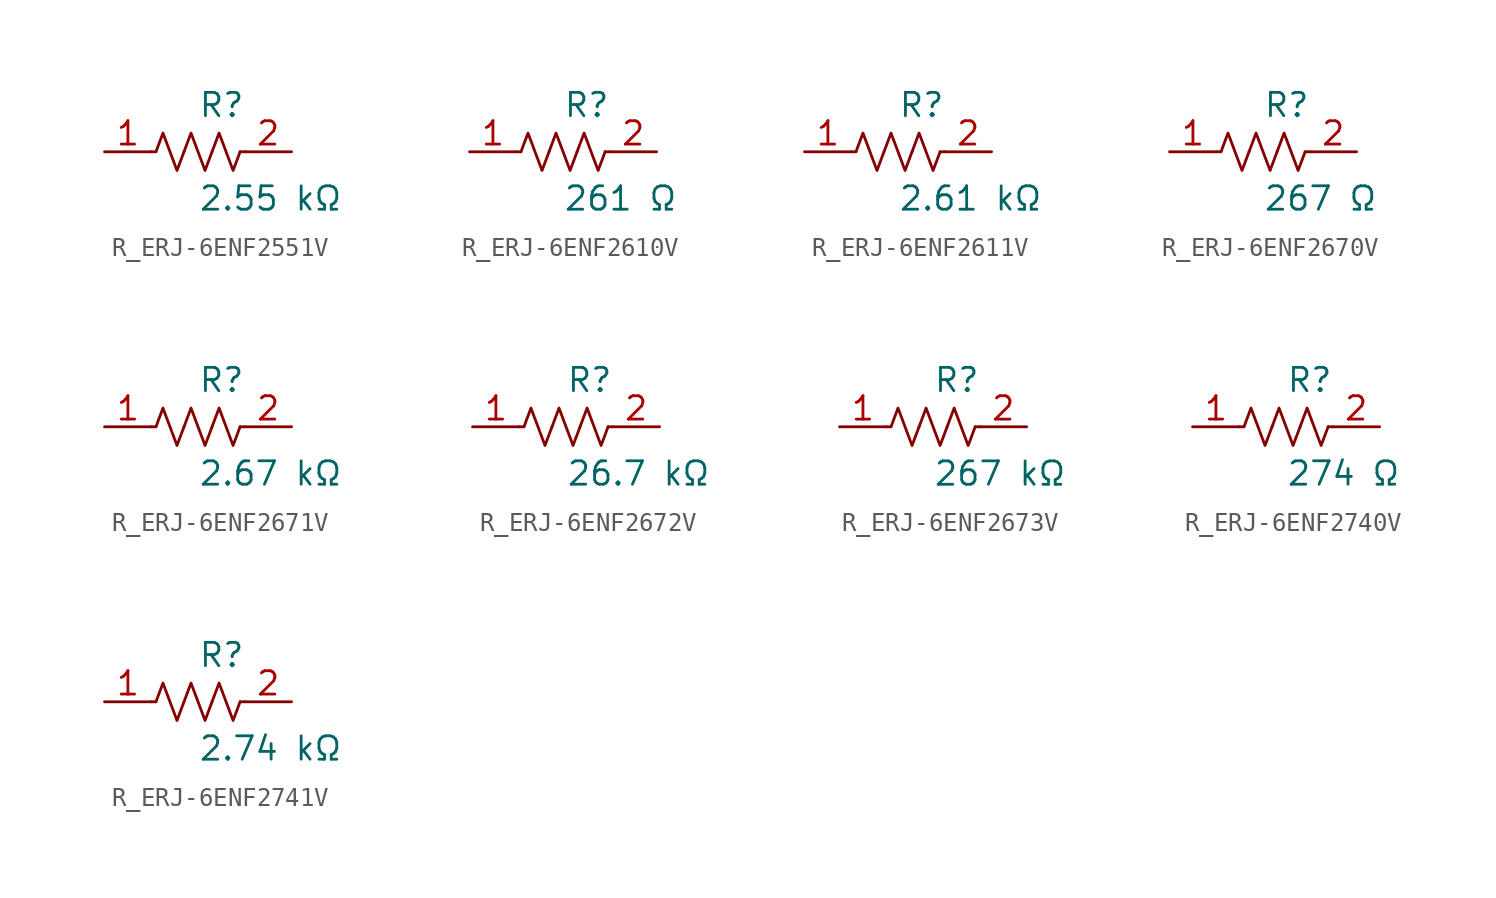
<source format=kicad_sym>
(kicad_symbol_lib
  (version 20231120)
  (generator kicad_symbol_editor)
  (generator_version 8.0)
  (symbol "R_ERJ-6ENF2551V"
    (pin_names
      (offset 0.254))
    (property "Reference" "R"
      (at 0.0 2.54 0)
      (effects (font (size 1.27 1.27)) (justify left)))
    (property "Value" "2.55 kΩ"
      (at 0.0 -2.54 0)
      (effects (font (size 1.27 1.27)) (justify left)))
    (symbol "R_ERJ-6ENF2551V_0_1"
      (polyline (pts (xy 2.286 0) (xy 2.54 0)) (stroke (width 0) (type default)) (fill (type none)))
      (polyline (pts (xy -2.286 0) (xy -2.54 0)) (stroke (width 0) (type default)) (fill (type none)))
      (polyline (pts (xy 0.762 0) (xy 1.143 1.016) (xy 1.524 0) (xy 1.905 -1.016) (xy 2.286 0)) (stroke (width 0) (type default)) (fill (type none)))
      (polyline (pts (xy -0.762 0) (xy -0.381 1.016) (xy 0 0) (xy 0.381 -1.016) (xy 0.762 0)) (stroke (width 0) (type default)) (fill (type none)))
      (polyline (pts (xy -2.286 0) (xy -1.905 1.016) (xy -1.524 0) (xy -1.143 -1.016) (xy -0.762 0)) (stroke (width 0) (type default)) (fill (type none))))
    (pin unspecified line
      (at -5.08 0 0)
      (length 2.54)
      (name "" (effects (font (size 1.27 1.27))))
      (number "1" (effects (font (size 1.27 1.27)))))
    (pin unspecified line
      (at 5.08 0 180)
      (length 2.54)
      (name "" (effects (font (size 1.27 1.27))))
      (number "2" (effects (font (size 1.27 1.27))))))
  (symbol "R_ERJ-6ENF2610V"
    (pin_names
      (offset 0.254))
    (property "Reference" "R"
      (at 0.0 2.54 0)
      (effects (font (size 1.27 1.27)) (justify left)))
    (property "Value" "261 Ω"
      (at 0.0 -2.54 0)
      (effects (font (size 1.27 1.27)) (justify left)))
    (symbol "R_ERJ-6ENF2610V_0_1"
      (polyline (pts (xy 2.286 0) (xy 2.54 0)) (stroke (width 0) (type default)) (fill (type none)))
      (polyline (pts (xy -2.286 0) (xy -2.54 0)) (stroke (width 0) (type default)) (fill (type none)))
      (polyline (pts (xy 0.762 0) (xy 1.143 1.016) (xy 1.524 0) (xy 1.905 -1.016) (xy 2.286 0)) (stroke (width 0) (type default)) (fill (type none)))
      (polyline (pts (xy -0.762 0) (xy -0.381 1.016) (xy 0 0) (xy 0.381 -1.016) (xy 0.762 0)) (stroke (width 0) (type default)) (fill (type none)))
      (polyline (pts (xy -2.286 0) (xy -1.905 1.016) (xy -1.524 0) (xy -1.143 -1.016) (xy -0.762 0)) (stroke (width 0) (type default)) (fill (type none))))
    (pin unspecified line
      (at -5.08 0 0)
      (length 2.54)
      (name "" (effects (font (size 1.27 1.27))))
      (number "1" (effects (font (size 1.27 1.27)))))
    (pin unspecified line
      (at 5.08 0 180)
      (length 2.54)
      (name "" (effects (font (size 1.27 1.27))))
      (number "2" (effects (font (size 1.27 1.27))))))
  (symbol "R_ERJ-6ENF2611V"
    (pin_names
      (offset 0.254))
    (property "Reference" "R"
      (at 0.0 2.54 0)
      (effects (font (size 1.27 1.27)) (justify left)))
    (property "Value" "2.61 kΩ"
      (at 0.0 -2.54 0)
      (effects (font (size 1.27 1.27)) (justify left)))
    (symbol "R_ERJ-6ENF2611V_0_1"
      (polyline (pts (xy 2.286 0) (xy 2.54 0)) (stroke (width 0) (type default)) (fill (type none)))
      (polyline (pts (xy -2.286 0) (xy -2.54 0)) (stroke (width 0) (type default)) (fill (type none)))
      (polyline (pts (xy 0.762 0) (xy 1.143 1.016) (xy 1.524 0) (xy 1.905 -1.016) (xy 2.286 0)) (stroke (width 0) (type default)) (fill (type none)))
      (polyline (pts (xy -0.762 0) (xy -0.381 1.016) (xy 0 0) (xy 0.381 -1.016) (xy 0.762 0)) (stroke (width 0) (type default)) (fill (type none)))
      (polyline (pts (xy -2.286 0) (xy -1.905 1.016) (xy -1.524 0) (xy -1.143 -1.016) (xy -0.762 0)) (stroke (width 0) (type default)) (fill (type none))))
    (pin unspecified line
      (at -5.08 0 0)
      (length 2.54)
      (name "" (effects (font (size 1.27 1.27))))
      (number "1" (effects (font (size 1.27 1.27)))))
    (pin unspecified line
      (at 5.08 0 180)
      (length 2.54)
      (name "" (effects (font (size 1.27 1.27))))
      (number "2" (effects (font (size 1.27 1.27))))))
  (symbol "R_ERJ-6ENF2670V"
    (pin_names
      (offset 0.254))
    (property "Reference" "R"
      (at 0.0 2.54 0)
      (effects (font (size 1.27 1.27)) (justify left)))
    (property "Value" "267 Ω"
      (at 0.0 -2.54 0)
      (effects (font (size 1.27 1.27)) (justify left)))
    (symbol "R_ERJ-6ENF2670V_0_1"
      (polyline (pts (xy 2.286 0) (xy 2.54 0)) (stroke (width 0) (type default)) (fill (type none)))
      (polyline (pts (xy -2.286 0) (xy -2.54 0)) (stroke (width 0) (type default)) (fill (type none)))
      (polyline (pts (xy 0.762 0) (xy 1.143 1.016) (xy 1.524 0) (xy 1.905 -1.016) (xy 2.286 0)) (stroke (width 0) (type default)) (fill (type none)))
      (polyline (pts (xy -0.762 0) (xy -0.381 1.016) (xy 0 0) (xy 0.381 -1.016) (xy 0.762 0)) (stroke (width 0) (type default)) (fill (type none)))
      (polyline (pts (xy -2.286 0) (xy -1.905 1.016) (xy -1.524 0) (xy -1.143 -1.016) (xy -0.762 0)) (stroke (width 0) (type default)) (fill (type none))))
    (pin unspecified line
      (at -5.08 0 0)
      (length 2.54)
      (name "" (effects (font (size 1.27 1.27))))
      (number "1" (effects (font (size 1.27 1.27)))))
    (pin unspecified line
      (at 5.08 0 180)
      (length 2.54)
      (name "" (effects (font (size 1.27 1.27))))
      (number "2" (effects (font (size 1.27 1.27))))))
  (symbol "R_ERJ-6ENF2671V"
    (pin_names
      (offset 0.254))
    (property "Reference" "R"
      (at 0.0 2.54 0)
      (effects (font (size 1.27 1.27)) (justify left)))
    (property "Value" "2.67 kΩ"
      (at 0.0 -2.54 0)
      (effects (font (size 1.27 1.27)) (justify left)))
    (symbol "R_ERJ-6ENF2671V_0_1"
      (polyline (pts (xy 2.286 0) (xy 2.54 0)) (stroke (width 0) (type default)) (fill (type none)))
      (polyline (pts (xy -2.286 0) (xy -2.54 0)) (stroke (width 0) (type default)) (fill (type none)))
      (polyline (pts (xy 0.762 0) (xy 1.143 1.016) (xy 1.524 0) (xy 1.905 -1.016) (xy 2.286 0)) (stroke (width 0) (type default)) (fill (type none)))
      (polyline (pts (xy -0.762 0) (xy -0.381 1.016) (xy 0 0) (xy 0.381 -1.016) (xy 0.762 0)) (stroke (width 0) (type default)) (fill (type none)))
      (polyline (pts (xy -2.286 0) (xy -1.905 1.016) (xy -1.524 0) (xy -1.143 -1.016) (xy -0.762 0)) (stroke (width 0) (type default)) (fill (type none))))
    (pin unspecified line
      (at -5.08 0 0)
      (length 2.54)
      (name "" (effects (font (size 1.27 1.27))))
      (number "1" (effects (font (size 1.27 1.27)))))
    (pin unspecified line
      (at 5.08 0 180)
      (length 2.54)
      (name "" (effects (font (size 1.27 1.27))))
      (number "2" (effects (font (size 1.27 1.27))))))
  (symbol "R_ERJ-6ENF2672V"
    (pin_names
      (offset 0.254))
    (property "Reference" "R"
      (at 0.0 2.54 0)
      (effects (font (size 1.27 1.27)) (justify left)))
    (property "Value" "26.7 kΩ"
      (at 0.0 -2.54 0)
      (effects (font (size 1.27 1.27)) (justify left)))
    (symbol "R_ERJ-6ENF2672V_0_1"
      (polyline (pts (xy 2.286 0) (xy 2.54 0)) (stroke (width 0) (type default)) (fill (type none)))
      (polyline (pts (xy -2.286 0) (xy -2.54 0)) (stroke (width 0) (type default)) (fill (type none)))
      (polyline (pts (xy 0.762 0) (xy 1.143 1.016) (xy 1.524 0) (xy 1.905 -1.016) (xy 2.286 0)) (stroke (width 0) (type default)) (fill (type none)))
      (polyline (pts (xy -0.762 0) (xy -0.381 1.016) (xy 0 0) (xy 0.381 -1.016) (xy 0.762 0)) (stroke (width 0) (type default)) (fill (type none)))
      (polyline (pts (xy -2.286 0) (xy -1.905 1.016) (xy -1.524 0) (xy -1.143 -1.016) (xy -0.762 0)) (stroke (width 0) (type default)) (fill (type none))))
    (pin unspecified line
      (at -5.08 0 0)
      (length 2.54)
      (name "" (effects (font (size 1.27 1.27))))
      (number "1" (effects (font (size 1.27 1.27)))))
    (pin unspecified line
      (at 5.08 0 180)
      (length 2.54)
      (name "" (effects (font (size 1.27 1.27))))
      (number "2" (effects (font (size 1.27 1.27))))))
  (symbol "R_ERJ-6ENF2673V"
    (pin_names
      (offset 0.254))
    (property "Reference" "R"
      (at 0.0 2.54 0)
      (effects (font (size 1.27 1.27)) (justify left)))
    (property "Value" "267 kΩ"
      (at 0.0 -2.54 0)
      (effects (font (size 1.27 1.27)) (justify left)))
    (symbol "R_ERJ-6ENF2673V_0_1"
      (polyline (pts (xy 2.286 0) (xy 2.54 0)) (stroke (width 0) (type default)) (fill (type none)))
      (polyline (pts (xy -2.286 0) (xy -2.54 0)) (stroke (width 0) (type default)) (fill (type none)))
      (polyline (pts (xy 0.762 0) (xy 1.143 1.016) (xy 1.524 0) (xy 1.905 -1.016) (xy 2.286 0)) (stroke (width 0) (type default)) (fill (type none)))
      (polyline (pts (xy -0.762 0) (xy -0.381 1.016) (xy 0 0) (xy 0.381 -1.016) (xy 0.762 0)) (stroke (width 0) (type default)) (fill (type none)))
      (polyline (pts (xy -2.286 0) (xy -1.905 1.016) (xy -1.524 0) (xy -1.143 -1.016) (xy -0.762 0)) (stroke (width 0) (type default)) (fill (type none))))
    (pin unspecified line
      (at -5.08 0 0)
      (length 2.54)
      (name "" (effects (font (size 1.27 1.27))))
      (number "1" (effects (font (size 1.27 1.27)))))
    (pin unspecified line
      (at 5.08 0 180)
      (length 2.54)
      (name "" (effects (font (size 1.27 1.27))))
      (number "2" (effects (font (size 1.27 1.27))))))
  (symbol "R_ERJ-6ENF2740V"
    (pin_names
      (offset 0.254))
    (property "Reference" "R"
      (at 0.0 2.54 0)
      (effects (font (size 1.27 1.27)) (justify left)))
    (property "Value" "274 Ω"
      (at 0.0 -2.54 0)
      (effects (font (size 1.27 1.27)) (justify left)))
    (symbol "R_ERJ-6ENF2740V_0_1"
      (polyline (pts (xy 2.286 0) (xy 2.54 0)) (stroke (width 0) (type default)) (fill (type none)))
      (polyline (pts (xy -2.286 0) (xy -2.54 0)) (stroke (width 0) (type default)) (fill (type none)))
      (polyline (pts (xy 0.762 0) (xy 1.143 1.016) (xy 1.524 0) (xy 1.905 -1.016) (xy 2.286 0)) (stroke (width 0) (type default)) (fill (type none)))
      (polyline (pts (xy -0.762 0) (xy -0.381 1.016) (xy 0 0) (xy 0.381 -1.016) (xy 0.762 0)) (stroke (width 0) (type default)) (fill (type none)))
      (polyline (pts (xy -2.286 0) (xy -1.905 1.016) (xy -1.524 0) (xy -1.143 -1.016) (xy -0.762 0)) (stroke (width 0) (type default)) (fill (type none))))
    (pin unspecified line
      (at -5.08 0 0)
      (length 2.54)
      (name "" (effects (font (size 1.27 1.27))))
      (number "1" (effects (font (size 1.27 1.27)))))
    (pin unspecified line
      (at 5.08 0 180)
      (length 2.54)
      (name "" (effects (font (size 1.27 1.27))))
      (number "2" (effects (font (size 1.27 1.27))))))
  (symbol "R_ERJ-6ENF2741V"
    (pin_names
      (offset 0.254))
    (property "Reference" "R"
      (at 0.0 2.54 0)
      (effects (font (size 1.27 1.27)) (justify left)))
    (property "Value" "2.74 kΩ"
      (at 0.0 -2.54 0)
      (effects (font (size 1.27 1.27)) (justify left)))
    (symbol "R_ERJ-6ENF2741V_0_1"
      (polyline (pts (xy 2.286 0) (xy 2.54 0)) (stroke (width 0) (type default)) (fill (type none)))
      (polyline (pts (xy -2.286 0) (xy -2.54 0)) (stroke (width 0) (type default)) (fill (type none)))
      (polyline (pts (xy 0.762 0) (xy 1.143 1.016) (xy 1.524 0) (xy 1.905 -1.016) (xy 2.286 0)) (stroke (width 0) (type default)) (fill (type none)))
      (polyline (pts (xy -0.762 0) (xy -0.381 1.016) (xy 0 0) (xy 0.381 -1.016) (xy 0.762 0)) (stroke (width 0) (type default)) (fill (type none)))
      (polyline (pts (xy -2.286 0) (xy -1.905 1.016) (xy -1.524 0) (xy -1.143 -1.016) (xy -0.762 0)) (stroke (width 0) (type default)) (fill (type none))))
    (pin unspecified line
      (at -5.08 0 0)
      (length 2.54)
      (name "" (effects (font (size 1.27 1.27))))
      (number "1" (effects (font (size 1.27 1.27)))))
    (pin unspecified line
      (at 5.08 0 180)
      (length 2.54)
      (name "" (effects (font (size 1.27 1.27))))
      (number "2" (effects (font (size 1.27 1.27)))))))
</source>
